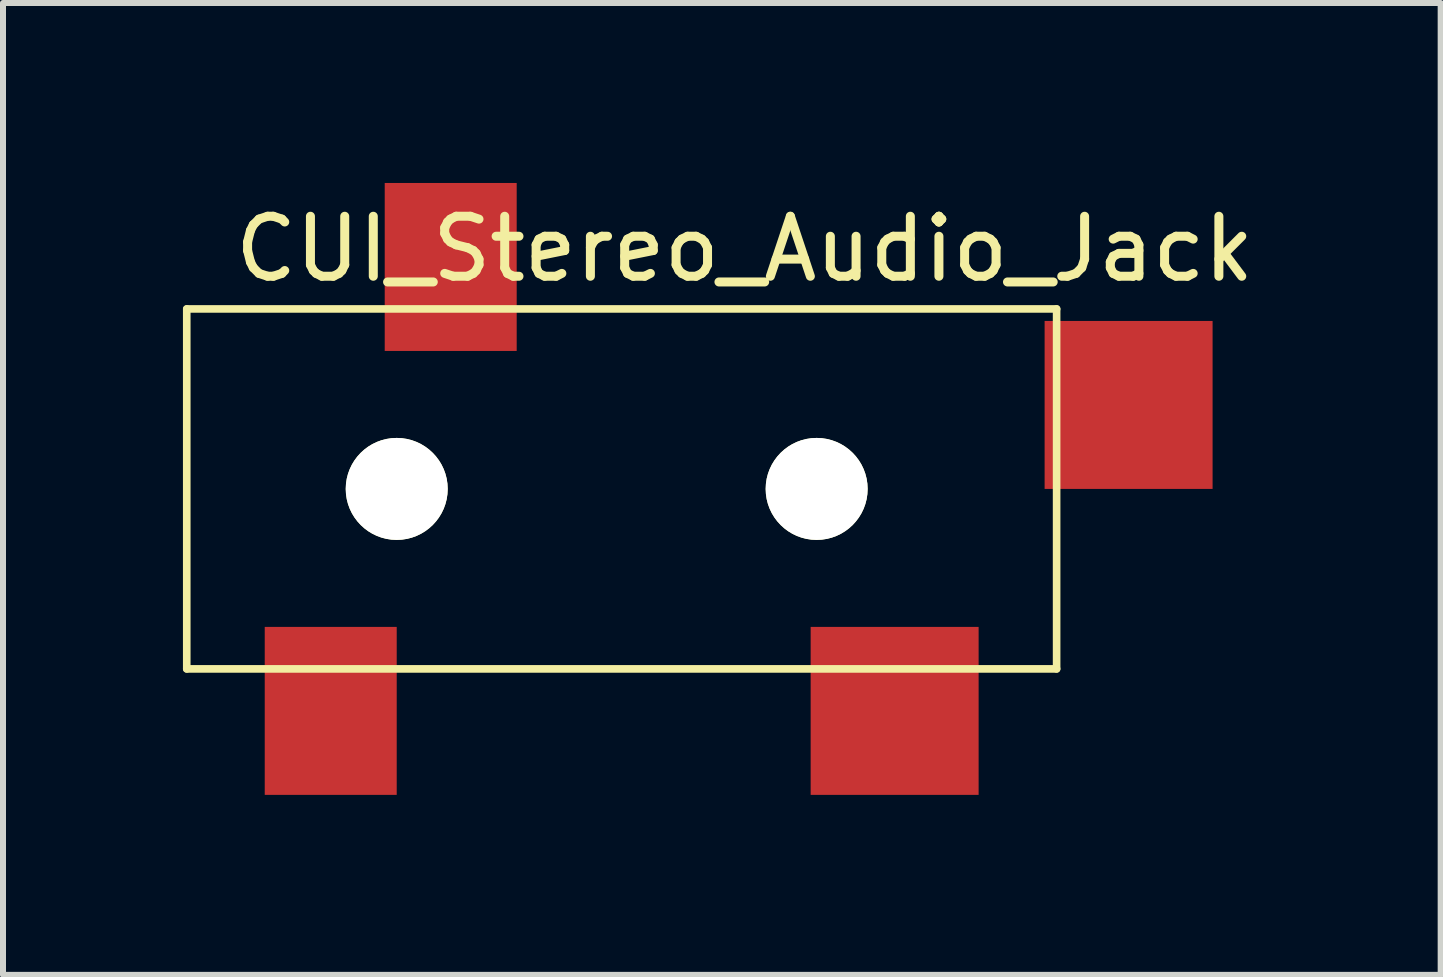
<source format=kicad_pcb>
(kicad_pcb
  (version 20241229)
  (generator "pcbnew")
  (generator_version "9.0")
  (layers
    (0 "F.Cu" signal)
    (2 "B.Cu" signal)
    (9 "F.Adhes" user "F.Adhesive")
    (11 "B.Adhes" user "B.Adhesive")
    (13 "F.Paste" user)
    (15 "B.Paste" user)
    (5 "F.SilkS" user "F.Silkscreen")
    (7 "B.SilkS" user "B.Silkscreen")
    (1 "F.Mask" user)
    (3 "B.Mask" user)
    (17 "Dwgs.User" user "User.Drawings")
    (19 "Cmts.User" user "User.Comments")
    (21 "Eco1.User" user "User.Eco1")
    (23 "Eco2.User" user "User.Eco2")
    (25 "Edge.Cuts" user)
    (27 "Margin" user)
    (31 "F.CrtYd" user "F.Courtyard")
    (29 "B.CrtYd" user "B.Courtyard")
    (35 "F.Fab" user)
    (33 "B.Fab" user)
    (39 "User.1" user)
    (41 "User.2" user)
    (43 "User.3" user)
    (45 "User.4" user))
  (footprint "CUI_Stereo_Audio_Jack"
    (layer "F.Cu")
    (at 3.563 5.1)
    (property "Reference" "CUI_Stereo_Audio_Jack" (at 5.8 -4 0) (layer "F.SilkS") (effects (font (size 1 1) (thickness 0.15))))
    (attr through_hole)
    (fp_line (start -3.5 -3) (end 11 -3) (stroke (width 0.127) (type solid)) (layer "F.SilkS"))
    (fp_line (start -3.5 3) (end -3.5 -3) (stroke (width 0.127) (type solid)) (layer "F.SilkS"))
    (fp_line (start 11 -3) (end 11 3) (stroke (width 0.127) (type solid)) (layer "F.SilkS"))
    (fp_line (start 11 3) (end -3.5 3) (stroke (width 0.127) (type solid)) (layer "F.SilkS"))
    (pad "" np_thru_hole circle (at 0 0) (size 1.7 1.7) (drill 1.7) (layers "*.Cu" "*.Mask" "F.SilkS"))
    (pad "" np_thru_hole circle (at 7 0) (size 1.7 1.7) (drill 1.7) (layers "*.Cu" "*.Mask" "F.SilkS"))
    (pad "1" smd rect (at -1.1 3.7) (size 2.2 2.8) (layers "F.Cu" "F.Mask" "F.Paste"))
    (pad "2" smd rect (at 8.3 3.7) (size 2.8 2.8) (layers "F.Cu" "F.Mask" "F.Paste"))
    (pad "3" smd rect (at 0.9 -3.7) (size 2.2 2.8) (layers "F.Cu" "F.Mask" "F.Paste"))
    (pad "4" smd rect (at 12.2 -1.4) (size 2.8 2.8) (layers "F.Cu" "F.Mask" "F.Paste")))
  (gr_rect
    (start -3 -3)
    (end 20.965 13.2)
    (stroke (width 0.1) (type default))
    (fill no)
    (layer "Edge.Cuts")))
</source>
